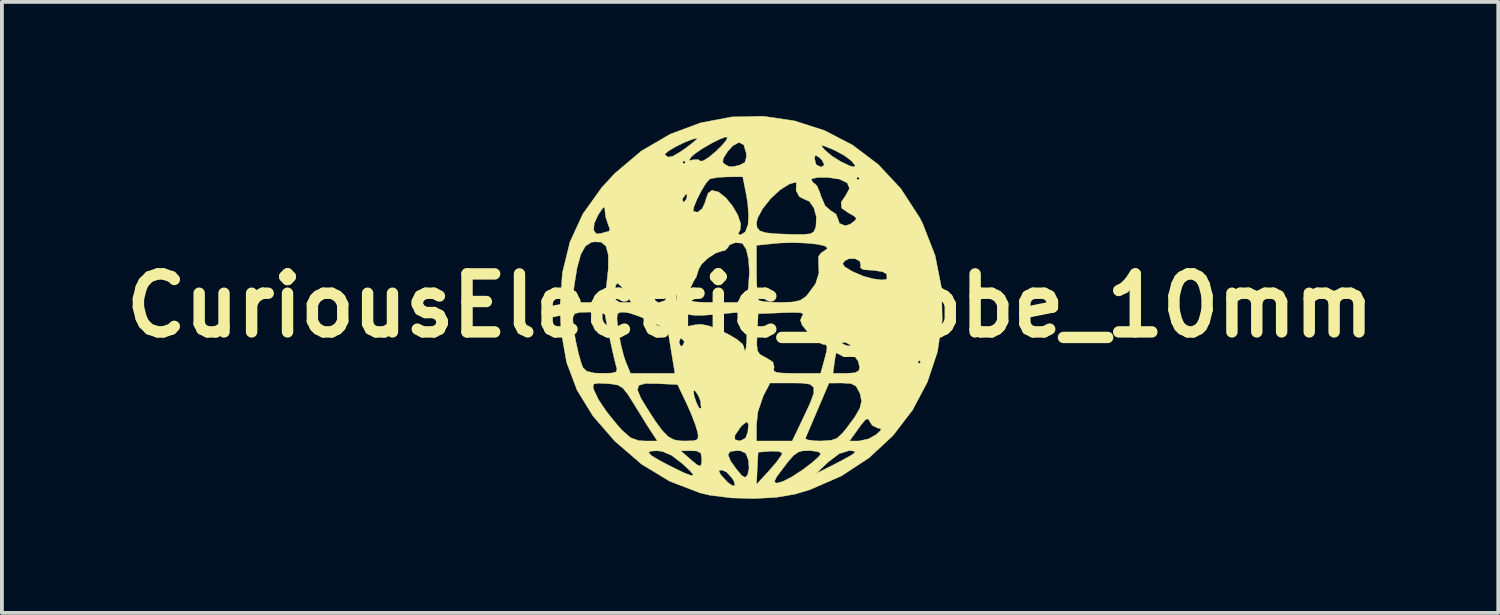
<source format=kicad_pcb>
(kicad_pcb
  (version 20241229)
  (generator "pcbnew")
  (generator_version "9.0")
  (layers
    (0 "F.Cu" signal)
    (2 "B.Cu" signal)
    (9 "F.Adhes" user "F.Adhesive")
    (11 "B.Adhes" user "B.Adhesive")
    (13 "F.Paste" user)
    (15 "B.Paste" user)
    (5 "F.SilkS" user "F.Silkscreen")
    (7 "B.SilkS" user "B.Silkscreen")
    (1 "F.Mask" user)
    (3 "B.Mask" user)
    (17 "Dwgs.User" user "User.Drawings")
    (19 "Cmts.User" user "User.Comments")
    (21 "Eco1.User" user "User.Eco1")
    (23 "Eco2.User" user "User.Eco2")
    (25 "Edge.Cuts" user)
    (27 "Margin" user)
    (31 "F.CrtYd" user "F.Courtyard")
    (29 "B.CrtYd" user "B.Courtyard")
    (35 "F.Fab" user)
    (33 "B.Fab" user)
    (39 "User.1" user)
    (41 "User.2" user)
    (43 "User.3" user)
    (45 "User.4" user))
  (footprint "CuriousElectric_globe_10mm"
    (layer "F.Cu")
    (at 16.662 4.983)
    (property "Reference" "CuriousElectric_globe_10mm" (at 0 0 0) (layer "F.SilkS") (effects (font (size 1.524 1.524) (thickness 0.3))))
    (attr through_hole)
    (fp_poly (pts (xy 1.166 -4.858) (xy 1.953 -4.605) (xy 2.693 -4.222) (xy 3.369 -3.711) (xy 3.962 -3.075) (xy 4.455 -2.317) (xy 4.536 -2.159) (xy 4.864 -1.316) (xy 5.033 -0.461) (xy 5.05 0.389) (xy 4.924 1.217) (xy 4.66 2.009) (xy 4.268 2.747) (xy 3.755 3.415) (xy 3.129 3.998) (xy 2.397 4.478) (xy 1.567 4.839) (xy 1.181 4.954) (xy 0.689 5.038) (xy 0.108 5.07) (xy -0.494 5.052) (xy -1.044 4.984) (xy -1.312 4.922) (xy -2.114 4.614) (xy -2.852 4.166) (xy -3.2 3.865) (xy -2.666 3.865) (xy -2.581 3.948) (xy -2.355 4.081) (xy -2.074 4.228) (xy -1.739 4.391) (xy -1.545 4.465) (xy -1.489 4.451) (xy -1.568 4.347) (xy -1.579 4.337) (xy -0.822 4.337) (xy -0.783 4.424) (xy -0.751 4.466) (xy -0.588 4.643) (xy -0.461 4.732) (xy -0.396 4.727) (xy -0.402 4.699) (xy 0.169 4.699) (xy 0.233 4.629) (xy 0.637 4.629) (xy 0.7 4.665) (xy 0.859 4.621) (xy 1.094 4.502) (xy 1.232 4.412) (xy 1.736 4.412) (xy 2.159 4.199) (xy 2.419 4.064) (xy 2.629 3.949) (xy 2.709 3.899) (xy 2.769 3.838) (xy 2.684 3.814) (xy 2.602 3.811) (xy 2.343 3.889) (xy 2.052 4.111) (xy 1.736 4.412) (xy 1.232 4.412) (xy 1.382 4.314) (xy 1.383 4.313) (xy 1.622 4.132) (xy 1.794 3.981) (xy 1.863 3.892) (xy 1.863 3.89) (xy 1.788 3.839) (xy 1.602 3.811) (xy 1.54 3.81) (xy 1.384 3.816) (xy 1.262 3.85) (xy 1.143 3.937) (xy 0.997 4.102) (xy 0.793 4.371) (xy 0.694 4.506) (xy 0.637 4.629) (xy 0.233 4.629) (xy 0.508 4.328) (xy 0.69 4.117) (xy 0.812 3.95) (xy 0.847 3.879) (xy 0.772 3.834) (xy 0.588 3.823) (xy 0.529 3.826) (xy 0.212 3.852) (xy 0.19 4.276) (xy 0.169 4.699) (xy -0.402 4.699) (xy -0.42 4.621) (xy -0.473 4.53) (xy -0.613 4.377) (xy -0.74 4.318) (xy -0.822 4.337) (xy -1.579 4.337) (xy -1.777 4.153) (xy -1.778 4.152) (xy -2.062 3.934) (xy -2.303 3.831) (xy -2.436 3.815) (xy -1.82 3.815) (xy -1.583 4.024) (xy -1.398 4.179) (xy -1.305 4.217) (xy -1.273 4.138) (xy -1.27 4.022) (xy -1.287 3.918) (xy -0.579 3.918) (xy -0.51 4.084) (xy -0.366 4.287) (xy -0.22 4.463) (xy -0.132 4.513) (xy -0.069 4.456) (xy -0.064 4.448) (xy -0.026 4.269) (xy -0.043 4.061) (xy -0.113 3.879) (xy -0.251 3.815) (xy -0.345 3.81) (xy -0.525 3.834) (xy -0.579 3.918) (xy -1.287 3.918) (xy -1.294 3.875) (xy -1.4 3.819) (xy -1.545 3.813) (xy -1.82 3.815) (xy -2.436 3.815) (xy -2.451 3.814) (xy -2.62 3.824) (xy -2.666 3.865) (xy -3.2 3.865) (xy -3.551 3.563) (xy -3.557 3.557) (xy -4.128 2.901) (xy -4.546 2.221) (xy -4.578 2.136) (xy -4.125 2.136) (xy -4.104 2.218) (xy -3.984 2.469) (xy -3.767 2.791) (xy -3.483 3.142) (xy -3.357 3.281) (xy -3.143 3.469) (xy -2.925 3.547) (xy -2.768 3.556) (xy -2.436 3.556) (xy -2.59 3.323) (xy -2.714 3.129) (xy -2.886 2.853) (xy -3.053 2.582) (xy -3.221 2.316) (xy -3.305 2.213) (xy -2.959 2.213) (xy -2.871 2.426) (xy -2.738 2.648) (xy -2.494 3.028) (xy -2.307 3.284) (xy -2.151 3.442) (xy -1.999 3.524) (xy -1.824 3.553) (xy -1.715 3.556) (xy -1.482 3.55) (xy -1.4 3.521) (xy -0.399 3.521) (xy -0.265 3.556) (xy -0.264 3.556) (xy -0.12 3.481) (xy -0.06 3.323) (xy -0.042 3.135) (xy 0.169 3.135) (xy 0.169 3.556) (xy 1.107 3.556) (xy 1.14 3.489) (xy 1.453 3.489) (xy 1.513 3.527) (xy 1.695 3.551) (xy 1.848 3.556) (xy 2.614 3.556) (xy 2.864 3.556) (xy 3.115 3.501) (xy 3.314 3.389) (xy 3.438 3.274) (xy 3.434 3.228) (xy 3.363 3.22) (xy 3.212 3.147) (xy 3.151 3.055) (xy 3.104 2.973) (xy 3.036 2.993) (xy 2.919 3.131) (xy 2.852 3.224) (xy 2.614 3.556) (xy 1.848 3.556) (xy 2.115 3.544) (xy 2.288 3.483) (xy 2.44 3.338) (xy 2.521 3.239) (xy 2.754 2.925) (xy 2.885 2.695) (xy 2.929 2.512) (xy 2.898 2.337) (xy 2.875 2.278) (xy 2.787 2.118) (xy 2.657 2.048) (xy 2.424 2.033) (xy 2.074 2.034) (xy 1.778 2.728) (xy 1.643 3.045) (xy 1.533 3.302) (xy 1.465 3.461) (xy 1.453 3.489) (xy 1.14 3.489) (xy 1.4 2.945) (xy 1.579 2.561) (xy 1.673 2.303) (xy 1.675 2.147) (xy 1.576 2.066) (xy 1.369 2.036) (xy 1.109 2.032) (xy 0.525 2.032) (xy 0.347 2.373) (xy 0.204 2.795) (xy 0.169 3.135) (xy -0.042 3.135) (xy -0.04 3.111) (xy -0.091 3.053) (xy -0.213 3.148) (xy -0.261 3.206) (xy -0.398 3.408) (xy -0.399 3.521) (xy -1.4 3.521) (xy -1.378 3.513) (xy -1.364 3.416) (xy -1.382 3.313) (xy -1.445 3.107) (xy -1.557 2.819) (xy -1.668 2.572) (xy -1.826 2.24) (xy -1.487 2.24) (xy -1.469 2.374) (xy -1.417 2.533) (xy -1.342 2.687) (xy -1.292 2.701) (xy -1.286 2.68) (xy -1.303 2.505) (xy -1.356 2.368) (xy -1.448 2.231) (xy -1.487 2.24) (xy -1.826 2.24) (xy -1.905 2.074) (xy -2.434 2.049) (xy -2.753 2.047) (xy -2.924 2.094) (xy -2.959 2.213) (xy -3.305 2.213) (xy -3.347 2.162) (xy -3.477 2.086) (xy -3.656 2.056) (xy -3.763 2.048) (xy -4.002 2.038) (xy -4.111 2.061) (xy -4.125 2.136) (xy -4.578 2.136) (xy -4.822 1.489) (xy -4.966 0.676) (xy -4.98 0.377) (xy -4.657 0.377) (xy -4.636 0.614) (xy -4.582 0.929) (xy -4.51 1.253) (xy -4.434 1.52) (xy -4.39 1.63) (xy -4.288 1.726) (xy -4.087 1.771) (xy -3.886 1.778) (xy -3.636 1.771) (xy -3.518 1.739) (xy -3.498 1.668) (xy -3.51 1.621) (xy -3.551 1.465) (xy -3.611 1.21) (xy -3.677 0.907) (xy -3.74 0.61) (xy -3.787 0.369) (xy -3.791 0.347) (xy -3.498 0.347) (xy -3.47 0.589) (xy -3.459 0.677) (xy -3.398 1.012) (xy -3.318 1.328) (xy -3.265 1.482) (xy -3.141 1.778) (xy -1.975 1.778) (xy -2.069 1.209) (xy -2.106 0.979) (xy -1.863 0.979) (xy -1.821 1.066) (xy -1.777 1.057) (xy -1.728 0.956) (xy -1.739 0.925) (xy -1.821 0.85) (xy -1.861 0.936) (xy -1.863 0.979) (xy -2.106 0.979) (xy -2.162 0.64) (xy -2.626 0.406) (xy -2.913 0.279) (xy -2.982 0.256) (xy -1.901 0.256) (xy -1.884 0.38) (xy -1.828 0.539) (xy -1.721 0.564) (xy -1.661 0.548) (xy -1.422 0.499) (xy -1.289 0.49) (xy -1.094 0.527) (xy -0.84 0.622) (xy -0.574 0.75) (xy -0.344 0.887) (xy -0.198 1.009) (xy -0.169 1.065) (xy -0.145 1.173) (xy -0.127 1.185) (xy -0.105 1.108) (xy -0.098 1.02) (xy 0.177 1.02) (xy 0.196 1.187) (xy 0.26 1.282) (xy 0.388 1.352) (xy 0.419 1.366) (xy 0.6 1.48) (xy 0.634 1.61) (xy 0.629 1.629) (xy 0.621 1.705) (xy 0.681 1.75) (xy 0.839 1.771) (xy 1.127 1.778) (xy 1.218 1.778) (xy 1.855 1.778) (xy 2.179 1.778) (xy 2.529 1.778) (xy 2.756 1.764) (xy 2.858 1.71) (xy 2.879 1.614) (xy 2.847 1.482) (xy 4.403 1.482) (xy 4.445 1.524) (xy 4.487 1.482) (xy 4.445 1.439) (xy 4.403 1.482) (xy 2.847 1.482) (xy 2.84 1.452) (xy 2.794 1.397) (xy 2.722 1.277) (xy 2.709 1.189) (xy 2.646 1.041) (xy 2.506 0.962) (xy 2.363 0.991) (xy 2.35 1.003) (xy 2.291 1.13) (xy 2.238 1.353) (xy 2.226 1.429) (xy 2.179 1.778) (xy 1.855 1.778) (xy 1.943 1.46) (xy 2.009 1.205) (xy 2.023 1.072) (xy 1.982 1.023) (xy 1.914 1.016) (xy 1.792 0.957) (xy 1.617 0.806) (xy 1.529 0.712) (xy 1.37 0.512) (xy 1.322 0.383) (xy 1.364 0.285) (xy 1.396 0.222) (xy 1.343 0.188) (xy 1.177 0.178) (xy 0.873 0.185) (xy 0.839 0.187) (xy 0.212 0.212) (xy 0.187 0.732) (xy 0.177 1.02) (xy -0.098 1.02) (xy -0.089 0.908) (xy -0.085 0.67) (xy -0.085 0.154) (xy -0.614 0.203) (xy -1.001 0.237) (xy -1.262 0.255) (xy -1.44 0.255) (xy -1.577 0.24) (xy -1.704 0.211) (xy -1.861 0.186) (xy -1.901 0.256) (xy -2.982 0.256) (xy -3.173 0.193) (xy -3.309 0.171) (xy -3.429 0.177) (xy -3.488 0.222) (xy -3.498 0.347) (xy -3.791 0.347) (xy -3.808 0.237) (xy -3.809 0.233) (xy -3.886 0.197) (xy -4.081 0.174) (xy -4.233 0.169) (xy -4.485 0.176) (xy -4.61 0.212) (xy -4.653 0.296) (xy -4.657 0.377) (xy -4.98 0.377) (xy -4.995 0.034) (xy -4.987 -0.085) (xy -4.678 -0.085) (xy -3.833 -0.085) (xy -3.798 -0.339) (xy -3.556 -0.339) (xy -3.533 -0.157) (xy -3.437 -0.091) (xy -3.34 -0.085) (xy -3.123 -0.085) (xy -3.165 -0.155) (xy -2.515 -0.155) (xy -2.428 -0.089) (xy -2.378 -0.085) (xy -2.232 -0.138) (xy -2.206 -0.205) (xy -1.941 -0.205) (xy -1.92 -0.114) (xy -1.889 -0.153) (xy -1.88 -0.28) (xy -1.609 -0.28) (xy -1.6 -0.187) (xy -1.554 -0.13) (xy -1.437 -0.099) (xy -1.216 -0.087) (xy -0.859 -0.085) (xy -0.101 -0.085) (xy -0.043 -0.506) (xy -0.017 -0.876) (xy -0.039 -1.215) (xy -0.1 -1.481) (xy -0.167 -1.585) (xy 0.169 -1.585) (xy 0.169 -0.891) (xy 0.176 -0.563) (xy 0.193 -0.304) (xy 0.218 -0.157) (xy 0.226 -0.141) (xy 0.334 -0.111) (xy 0.56 -0.091) (xy 0.804 -0.085) (xy 1.116 -0.096) (xy 1.315 -0.139) (xy 1.454 -0.23) (xy 1.499 -0.275) (xy 1.722 -0.576) (xy 1.81 -0.859) (xy 1.801 -1.079) (xy 1.8 -1.104) (xy 2.434 -1.104) (xy 2.482 -1.027) (xy 2.656 -0.919) (xy 2.726 -0.882) (xy 2.977 -0.775) (xy 3.233 -0.706) (xy 3.459 -0.677) (xy 3.616 -0.692) (xy 3.668 -0.752) (xy 3.641 -0.804) (xy 3.482 -0.892) (xy 3.227 -0.931) (xy 3.198 -0.931) (xy 2.98 -0.946) (xy 2.901 -0.997) (xy 2.908 -1.054) (xy 2.886 -1.169) (xy 2.761 -1.235) (xy 2.596 -1.232) (xy 2.489 -1.178) (xy 2.434 -1.104) (xy 1.8 -1.104) (xy 1.797 -1.294) (xy 1.879 -1.398) (xy 1.896 -1.405) (xy 2.013 -1.482) (xy 2.032 -1.521) (xy 1.954 -1.574) (xy 1.75 -1.616) (xy 1.46 -1.645) (xy 1.127 -1.657) (xy 0.793 -1.647) (xy 0.665 -1.636) (xy 0.169 -1.585) (xy -0.167 -1.585) (xy -0.196 -1.63) (xy -0.218 -1.642) (xy -0.388 -1.656) (xy -0.539 -1.599) (xy -0.593 -1.515) (xy -0.662 -1.448) (xy -0.723 -1.439) (xy -0.896 -1.385) (xy -1.099 -1.255) (xy -1.272 -1.094) (xy -1.356 -0.95) (xy -1.357 -0.937) (xy -1.408 -0.767) (xy -1.484 -0.64) (xy -1.585 -0.427) (xy -1.609 -0.28) (xy -1.88 -0.28) (xy -1.879 -0.286) (xy -1.896 -0.316) (xy -1.935 -0.29) (xy -1.941 -0.205) (xy -2.206 -0.205) (xy -2.201 -0.218) (xy -2.265 -0.32) (xy -2.342 -0.324) (xy -2.484 -0.253) (xy -2.515 -0.155) (xy -3.165 -0.155) (xy -3.273 -0.339) (xy -3.391 -0.509) (xy -3.482 -0.591) (xy -3.49 -0.593) (xy -3.536 -0.519) (xy -3.556 -0.342) (xy -3.556 -0.339) (xy -3.798 -0.339) (xy -3.779 -0.477) (xy -3.725 -0.981) (xy -3.726 -1.337) (xy -3.786 -1.562) (xy -3.911 -1.67) (xy -4.105 -1.677) (xy -4.177 -1.662) (xy -4.328 -1.564) (xy -4.45 -1.344) (xy -4.548 -0.985) (xy -4.621 -0.529) (xy -4.678 -0.085) (xy -4.987 -0.085) (xy -4.932 -0.865) (xy -4.734 -1.672) (xy -4.59 -1.985) (xy -4.111 -1.985) (xy -4.042 -1.888) (xy -3.929 -1.896) (xy -3.766 -1.942) (xy -3.715 -1.947) (xy -3.682 -2.008) (xy -3.722 -2.111) (xy -3.796 -2.333) (xy -3.811 -2.471) (xy -3.813 -2.489) (xy -1.496 -2.489) (xy -1.491 -2.479) (xy -1.376 -2.456) (xy -1.256 -2.552) (xy -1.177 -2.726) (xy -1.17 -2.767) (xy -1.103 -2.957) (xy -1.003 -3.031) (xy -0.832 -2.99) (xy -0.642 -2.84) (xy -0.462 -2.621) (xy -0.32 -2.377) (xy -0.244 -2.148) (xy -0.263 -1.978) (xy -0.283 -1.953) (xy -0.315 -1.878) (xy -0.239 -1.863) (xy -0.123 -1.941) (xy -0.052 -2.133) (xy -0.05 -2.173) (xy 0.169 -2.173) (xy 0.186 -2.05) (xy 0.255 -1.968) (xy 0.405 -1.917) (xy 0.665 -1.89) (xy 1.062 -1.875) (xy 1.113 -1.874) (xy 1.414 -1.872) (xy 1.588 -1.89) (xy 1.676 -1.943) (xy 1.721 -2.046) (xy 1.731 -2.087) (xy 1.743 -2.333) (xy 1.677 -2.57) (xy 1.557 -2.742) (xy 1.435 -2.794) (xy 1.295 -2.865) (xy 1.209 -3.025) (xy 1.215 -3.195) (xy 1.226 -3.214) (xy 1.195 -3.242) (xy 1.053 -3.202) (xy 1.021 -3.189) (xy 0.782 -3.039) (xy 0.538 -2.81) (xy 0.33 -2.547) (xy 0.197 -2.301) (xy 0.169 -2.173) (xy -0.05 -2.173) (xy -0.038 -2.368) (xy -0.061 -2.683) (xy -0.095 -2.895) (xy -0.176 -3.306) (xy 1.609 -3.306) (xy 1.668 -3.221) (xy 1.69 -3.217) (xy 1.761 -3.144) (xy 1.839 -2.96) (xy 1.861 -2.884) (xy 1.972 -2.626) (xy 2.118 -2.497) (xy 2.119 -2.497) (xy 2.255 -2.41) (xy 2.286 -2.34) (xy 2.35 -2.162) (xy 2.503 -2.1) (xy 2.636 -2.143) (xy 2.762 -2.242) (xy 2.794 -2.293) (xy 2.726 -2.361) (xy 2.582 -2.44) (xy 2.407 -2.564) (xy 2.393 -2.718) (xy 2.515 -2.898) (xy 2.614 -3.082) (xy 2.554 -3.227) (xy 2.344 -3.327) (xy 2.223 -3.344) (xy 2.794 -3.344) (xy 2.836 -3.302) (xy 2.879 -3.344) (xy 2.836 -3.387) (xy 2.794 -3.344) (xy 2.223 -3.344) (xy 2.044 -3.37) (xy 1.775 -3.37) (xy 1.627 -3.334) (xy 1.609 -3.306) (xy -0.176 -3.306) (xy -0.191 -3.387) (xy -0.583 -3.385) (xy -0.838 -3.372) (xy -1.026 -3.339) (xy -1.068 -3.322) (xy -1.162 -3.214) (xy -1.278 -3.023) (xy -1.391 -2.803) (xy -1.472 -2.607) (xy -1.496 -2.489) (xy -3.813 -2.489) (xy -3.821 -2.583) (xy -3.863 -2.575) (xy -3.962 -2.434) (xy -3.99 -2.391) (xy -4.095 -2.165) (xy -4.111 -1.985) (xy -4.59 -1.985) (xy -4.394 -2.41) (xy -4.123 -2.789) (xy -1.778 -2.789) (xy -1.751 -2.712) (xy -1.688 -2.779) (xy -1.661 -2.841) (xy -1.655 -2.928) (xy -1.694 -2.92) (xy -1.775 -2.812) (xy -1.778 -2.789) (xy -4.123 -2.789) (xy -3.901 -3.101) (xy -3.557 -3.474) (xy -3.209 -3.768) (xy -1.778 -3.768) (xy -1.736 -3.725) (xy -1.694 -3.767) (xy -0.717 -3.767) (xy -0.666 -3.717) (xy -0.557 -3.657) (xy -0.451 -3.652) (xy -0.271 -3.695) (xy -0.133 -3.766) (xy -0.105 -3.877) (xy 1.693 -3.877) (xy 1.728 -3.729) (xy 1.75 -3.697) (xy 1.866 -3.643) (xy 1.944 -3.69) (xy 1.947 -3.715) (xy 1.889 -3.825) (xy 1.82 -3.895) (xy 1.72 -3.955) (xy 1.693 -3.884) (xy 1.693 -3.877) (xy -0.105 -3.877) (xy -0.096 -3.914) (xy -0.101 -4.011) (xy -0.161 -4.211) (xy 1.877 -4.211) (xy 1.911 -4.153) (xy 1.975 -4.081) (xy 2.151 -3.932) (xy 2.388 -3.784) (xy 2.618 -3.675) (xy 2.749 -3.643) (xy 2.758 -3.69) (xy 2.665 -3.806) (xy 2.478 -3.946) (xy 2.223 -4.084) (xy 2.159 -4.112) (xy 1.951 -4.196) (xy 1.877 -4.211) (xy -0.161 -4.211) (xy -0.165 -4.227) (xy -0.29 -4.291) (xy -0.458 -4.2) (xy -0.585 -4.057) (xy -0.704 -3.873) (xy -0.717 -3.767) (xy -1.694 -3.767) (xy -1.693 -3.768) (xy -1.736 -3.81) (xy -1.778 -3.768) (xy -3.209 -3.768) (xy -3.152 -3.816) (xy -1.605 -3.816) (xy -1.533 -3.823) (xy -1.506 -3.833) (xy -1.358 -3.838) (xy -1.305 -3.799) (xy -1.226 -3.808) (xy -1.076 -3.905) (xy -0.896 -4.055) (xy -0.729 -4.22) (xy -0.616 -4.362) (xy -0.593 -4.425) (xy -0.656 -4.431) (xy -0.817 -4.367) (xy -1.031 -4.258) (xy -1.255 -4.127) (xy -1.443 -3.999) (xy -1.547 -3.907) (xy -1.605 -3.816) (xy -3.152 -3.816) (xy -2.97 -3.969) (xy -2.238 -3.969) (xy -2.157 -3.904) (xy -2.028 -3.928) (xy -1.819 -4.051) (xy -1.68 -4.149) (xy -1.494 -4.291) (xy -1.394 -4.383) (xy -1.39 -4.403) (xy -1.531 -4.369) (xy -1.737 -4.285) (xy -1.957 -4.176) (xy -2.139 -4.068) (xy -2.235 -3.988) (xy -2.238 -3.969) (xy -2.97 -3.969) (xy -2.858 -4.064) (xy -2.1 -4.507) (xy -1.301 -4.805) (xy -0.479 -4.961) (xy 0.349 -4.978) (xy 1.166 -4.858)) (stroke (width 0.01) (type solid)) (fill yes) (layer "F.SilkS")))
  (gr_rect
    (start -3 -3)
    (end 36.325 13.058)
    (stroke (width 0.1) (type default))
    (fill no)
    (layer "Edge.Cuts")))
</source>
